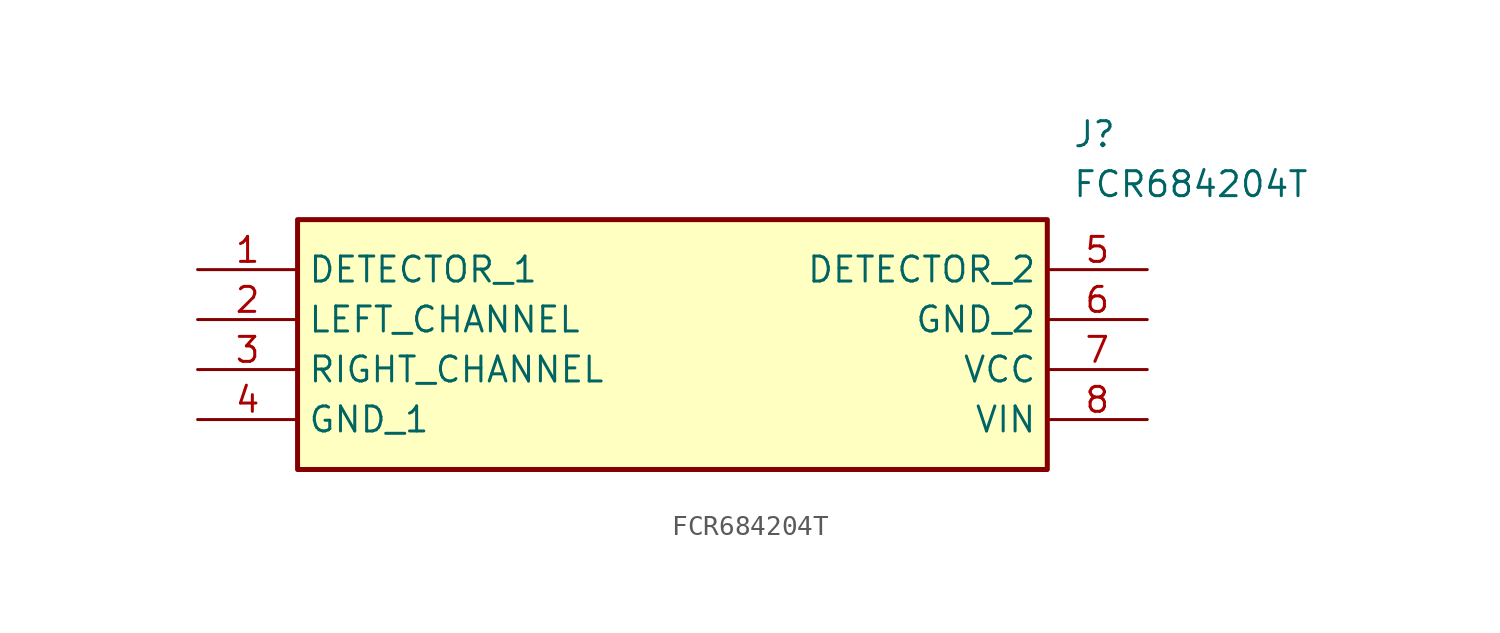
<source format=kicad_sym>
(kicad_symbol_lib
  (version 20211014)
  (generator SamacSys_ECAD_Model)
  (symbol "FCR684204T"
    (property "Reference" "J"
      (at 44.45 7.62 0)
      (effects (font (size 1.27 1.27)) (justify left top)))
    (property "Value" "FCR684204T"
      (at 44.45 5.08 0)
      (effects (font (size 1.27 1.27)) (justify left top)))
    (rectangle
      (start 5.08 2.54)
      (end 43.18 -10.16)
      (stroke (width 0.254) (type default))
      (fill (type background)))
    (pin passive line
      (at 0 0 0)
      (length 5.08)
      (name "DETECTOR_1" (effects (font (size 1.27 1.27))))
      (number "1" (effects (font (size 1.27 1.27)))))
    (pin passive line
      (at 0 -2.54 0)
      (length 5.08)
      (name "LEFT_CHANNEL" (effects (font (size 1.27 1.27))))
      (number "2" (effects (font (size 1.27 1.27)))))
    (pin passive line
      (at 0 -5.08 0)
      (length 5.08)
      (name "RIGHT_CHANNEL" (effects (font (size 1.27 1.27))))
      (number "3" (effects (font (size 1.27 1.27)))))
    (pin passive line
      (at 0 -7.62 0)
      (length 5.08)
      (name "GND_1" (effects (font (size 1.27 1.27))))
      (number "4" (effects (font (size 1.27 1.27)))))
    (pin passive line
      (at 48.26 0 180)
      (length 5.08)
      (name "DETECTOR_2" (effects (font (size 1.27 1.27))))
      (number "5" (effects (font (size 1.27 1.27)))))
    (pin passive line
      (at 48.26 -2.54 180)
      (length 5.08)
      (name "GND_2" (effects (font (size 1.27 1.27))))
      (number "6" (effects (font (size 1.27 1.27)))))
    (pin passive line
      (at 48.26 -5.08 180)
      (length 5.08)
      (name "VCC" (effects (font (size 1.27 1.27))))
      (number "7" (effects (font (size 1.27 1.27)))))
    (pin passive line
      (at 48.26 -7.62 180)
      (length 5.08)
      (name "VIN" (effects (font (size 1.27 1.27))))
      (number "8" (effects (font (size 1.27 1.27)))))))
</source>
